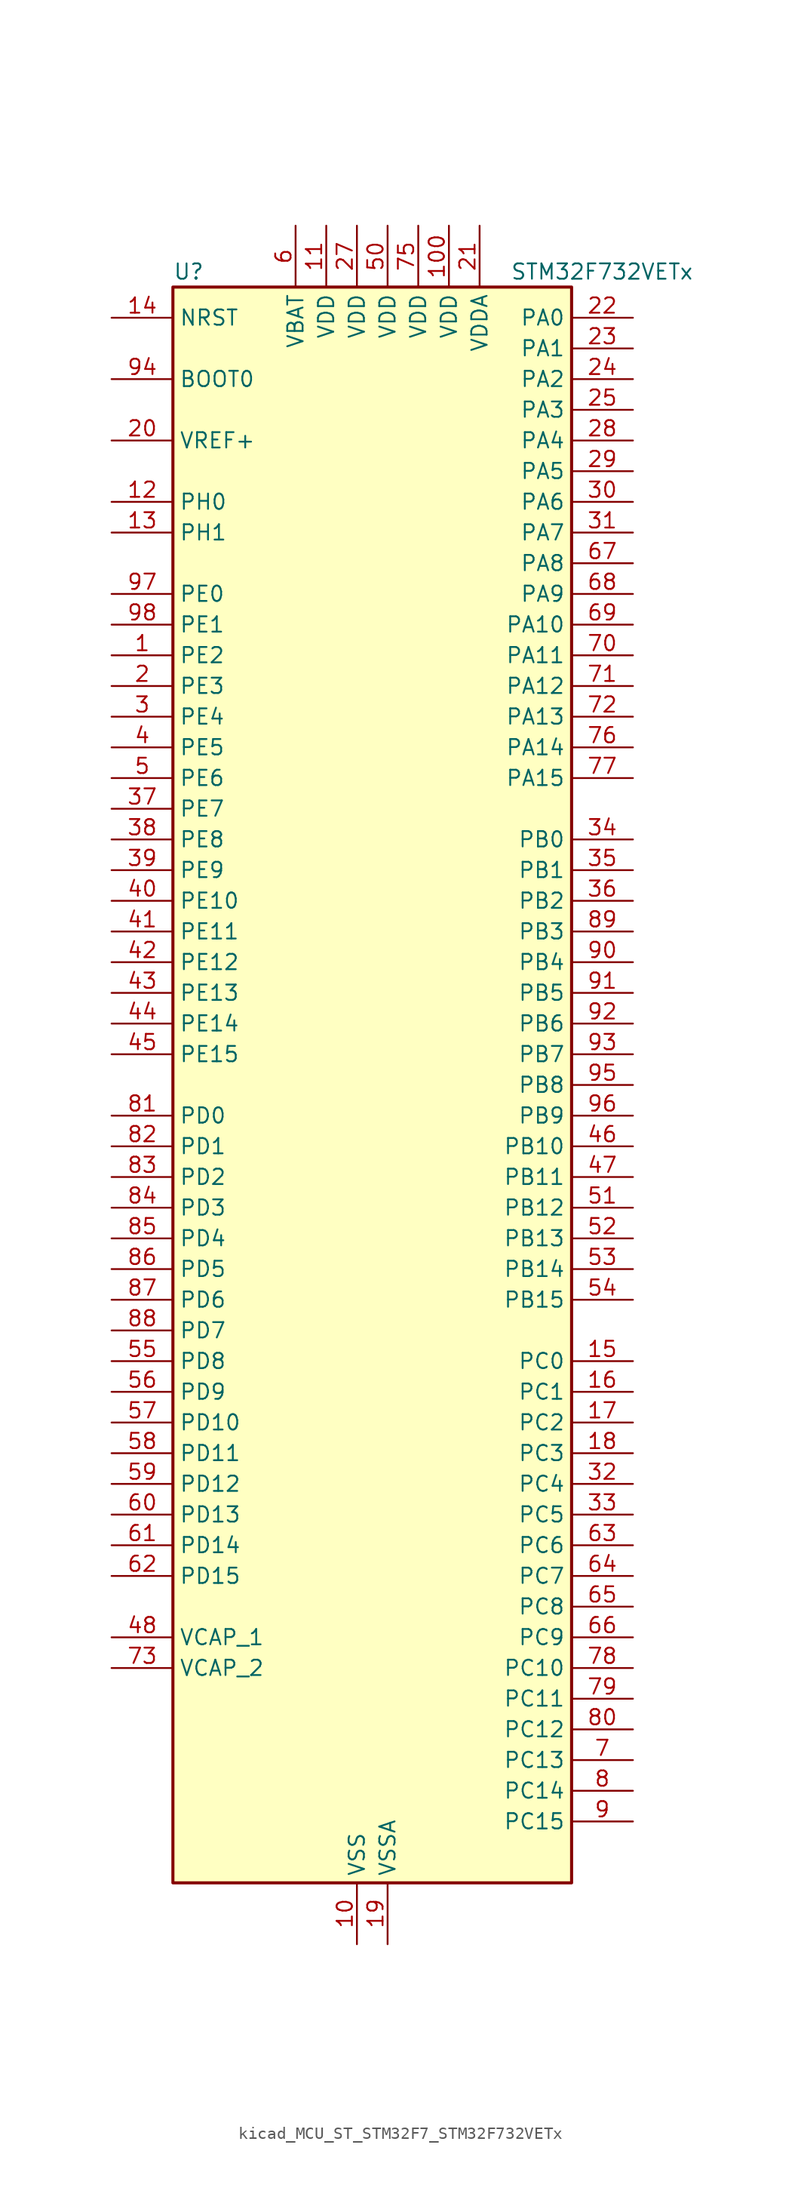
<source format=kicad_sym>
(kicad_symbol_lib
  (version 20220914)
  (generator kicad_symbol_editor)
  (symbol "kicad_MCU_ST_STM32F7_STM32F732VETx"
    (property "Reference" "U"
      (at -15.24 67.31 0)
      (effects (font (size 1.27 1.27)) (justify left)))
    (property "Value" "STM32F732VETx"
      (at 12.7 67.31 0)
      (effects (font (size 1.27 1.27)) (justify left)))
    (property "ki_locked" ""
      (at 0 0 0)
      (effects (font (size 1.27 1.27))))
    (symbol "kicad_MCU_ST_STM32F7_STM32F732VETx_0_1"
      (rectangle (start -15.24 -66.04) (end 17.78 66.04) (stroke (width 0.254) (type default)) (fill (type background))))
    (symbol "kicad_MCU_ST_STM32F7_STM32F732VETx_1_1"
      (pin bidirectional line (at -20.32 35.56 0) (length 5.08) (name "PE2" (effects (font (size 1.27 1.27)))) (number "1" (effects (font (size 1.27 1.27)))) (alternate "FMC_A23" bidirectional line) (alternate "QUADSPI_BK1_IO2" bidirectional line) (alternate "SAI1_MCLK_A" bidirectional line) (alternate "SPI4_SCK" bidirectional line) (alternate "SYS_TRACECLK" bidirectional line))
      (pin power_in line (at 0 -71.12 90) (length 5.08) (name "VSS" (effects (font (size 1.27 1.27)))) (number "10" (effects (font (size 1.27 1.27)))))
      (pin power_in line (at 7.62 71.12 270) (length 5.08) (name "VDD" (effects (font (size 1.27 1.27)))) (number "100" (effects (font (size 1.27 1.27)))))
      (pin power_in line (at -2.54 71.12 270) (length 5.08) (name "VDD" (effects (font (size 1.27 1.27)))) (number "11" (effects (font (size 1.27 1.27)))))
      (pin bidirectional line (at -20.32 48.26 0) (length 5.08) (name "PH0" (effects (font (size 1.27 1.27)))) (number "12" (effects (font (size 1.27 1.27)))) (alternate "RCC_OSC_IN" bidirectional line))
      (pin bidirectional line (at -20.32 45.72 0) (length 5.08) (name "PH1" (effects (font (size 1.27 1.27)))) (number "13" (effects (font (size 1.27 1.27)))) (alternate "RCC_OSC_OUT" bidirectional line))
      (pin input line (at -20.32 63.5 0) (length 5.08) (name "NRST" (effects (font (size 1.27 1.27)))) (number "14" (effects (font (size 1.27 1.27)))))
      (pin bidirectional line (at 22.86 -22.86 180) (length 5.08) (name "PC0" (effects (font (size 1.27 1.27)))) (number "15" (effects (font (size 1.27 1.27)))) (alternate "ADC1_IN10" bidirectional line) (alternate "ADC2_IN10" bidirectional line) (alternate "ADC3_IN10" bidirectional line) (alternate "FMC_SDNWE" bidirectional line) (alternate "SAI2_FS_B" bidirectional line) (alternate "USB_OTG_HS_ULPI_STP" bidirectional line))
      (pin bidirectional line (at 22.86 -25.4 180) (length 5.08) (name "PC1" (effects (font (size 1.27 1.27)))) (number "16" (effects (font (size 1.27 1.27)))) (alternate "ADC1_IN11" bidirectional line) (alternate "ADC2_IN11" bidirectional line) (alternate "ADC3_IN11" bidirectional line) (alternate "I2S2_SD" bidirectional line) (alternate "RTC_TAMP3" bidirectional line) (alternate "RTC_TS" bidirectional line) (alternate "SAI1_SD_A" bidirectional line) (alternate "SPI2_MOSI" bidirectional line) (alternate "SYS_TRACED0" bidirectional line) (alternate "SYS_WKUP3" bidirectional line))
      (pin bidirectional line (at 22.86 -27.94 180) (length 5.08) (name "PC2" (effects (font (size 1.27 1.27)))) (number "17" (effects (font (size 1.27 1.27)))) (alternate "ADC1_IN12" bidirectional line) (alternate "ADC2_IN12" bidirectional line) (alternate "ADC3_IN12" bidirectional line) (alternate "FMC_SDNE0" bidirectional line) (alternate "SPI2_MISO" bidirectional line) (alternate "USB_OTG_HS_ULPI_DIR" bidirectional line))
      (pin bidirectional line (at 22.86 -30.48 180) (length 5.08) (name "PC3" (effects (font (size 1.27 1.27)))) (number "18" (effects (font (size 1.27 1.27)))) (alternate "ADC1_IN13" bidirectional line) (alternate "ADC2_IN13" bidirectional line) (alternate "ADC3_IN13" bidirectional line) (alternate "FMC_SDCKE0" bidirectional line) (alternate "I2S2_SD" bidirectional line) (alternate "SPI2_MOSI" bidirectional line) (alternate "USB_OTG_HS_ULPI_NXT" bidirectional line))
      (pin power_in line (at 2.54 -71.12 90) (length 5.08) (name "VSSA" (effects (font (size 1.27 1.27)))) (number "19" (effects (font (size 1.27 1.27)))))
      (pin bidirectional line (at -20.32 33.02 0) (length 5.08) (name "PE3" (effects (font (size 1.27 1.27)))) (number "2" (effects (font (size 1.27 1.27)))) (alternate "FMC_A19" bidirectional line) (alternate "SAI1_SD_B" bidirectional line) (alternate "SYS_TRACED0" bidirectional line))
      (pin input line (at -20.32 53.34 0) (length 5.08) (name "VREF+" (effects (font (size 1.27 1.27)))) (number "20" (effects (font (size 1.27 1.27)))))
      (pin power_in line (at 10.16 71.12 270) (length 5.08) (name "VDDA" (effects (font (size 1.27 1.27)))) (number "21" (effects (font (size 1.27 1.27)))))
      (pin bidirectional line (at 22.86 63.5 180) (length 5.08) (name "PA0" (effects (font (size 1.27 1.27)))) (number "22" (effects (font (size 1.27 1.27)))) (alternate "ADC1_IN0" bidirectional line) (alternate "ADC2_IN0" bidirectional line) (alternate "ADC3_IN0" bidirectional line) (alternate "SAI2_SD_B" bidirectional line) (alternate "SYS_WKUP1" bidirectional line) (alternate "TIM2_CH1" bidirectional line) (alternate "TIM2_ETR" bidirectional line) (alternate "TIM5_CH1" bidirectional line) (alternate "TIM8_ETR" bidirectional line) (alternate "UART4_TX" bidirectional line) (alternate "USART2_CTS" bidirectional line))
      (pin bidirectional line (at 22.86 60.96 180) (length 5.08) (name "PA1" (effects (font (size 1.27 1.27)))) (number "23" (effects (font (size 1.27 1.27)))) (alternate "ADC1_IN1" bidirectional line) (alternate "ADC2_IN1" bidirectional line) (alternate "ADC3_IN1" bidirectional line) (alternate "QUADSPI_BK1_IO3" bidirectional line) (alternate "SAI2_MCLK_B" bidirectional line) (alternate "TIM2_CH2" bidirectional line) (alternate "TIM5_CH2" bidirectional line) (alternate "UART4_RX" bidirectional line) (alternate "USART2_DE" bidirectional line) (alternate "USART2_RTS" bidirectional line))
      (pin bidirectional line (at 22.86 58.42 180) (length 5.08) (name "PA2" (effects (font (size 1.27 1.27)))) (number "24" (effects (font (size 1.27 1.27)))) (alternate "ADC1_IN2" bidirectional line) (alternate "ADC2_IN2" bidirectional line) (alternate "ADC3_IN2" bidirectional line) (alternate "SAI2_SCK_B" bidirectional line) (alternate "SYS_WKUP2" bidirectional line) (alternate "TIM2_CH3" bidirectional line) (alternate "TIM5_CH3" bidirectional line) (alternate "TIM9_CH1" bidirectional line) (alternate "USART2_TX" bidirectional line))
      (pin bidirectional line (at 22.86 55.88 180) (length 5.08) (name "PA3" (effects (font (size 1.27 1.27)))) (number "25" (effects (font (size 1.27 1.27)))) (alternate "ADC1_IN3" bidirectional line) (alternate "ADC2_IN3" bidirectional line) (alternate "ADC3_IN3" bidirectional line) (alternate "TIM2_CH4" bidirectional line) (alternate "TIM5_CH4" bidirectional line) (alternate "TIM9_CH2" bidirectional line) (alternate "USART2_RX" bidirectional line) (alternate "USB_OTG_HS_ULPI_D0" bidirectional line))
      (pin passive line (at 0 -71.12 90) (length 5.08) hide (name "VSS" (effects (font (size 1.27 1.27)))) (number "26" (effects (font (size 1.27 1.27)))))
      (pin power_in line (at 0 71.12 270) (length 5.08) (name "VDD" (effects (font (size 1.27 1.27)))) (number "27" (effects (font (size 1.27 1.27)))))
      (pin bidirectional line (at 22.86 53.34 180) (length 5.08) (name "PA4" (effects (font (size 1.27 1.27)))) (number "28" (effects (font (size 1.27 1.27)))) (alternate "ADC1_IN4" bidirectional line) (alternate "ADC2_IN4" bidirectional line) (alternate "DAC_OUT1" bidirectional line) (alternate "I2S1_WS" bidirectional line) (alternate "I2S3_WS" bidirectional line) (alternate "SPI1_NSS" bidirectional line) (alternate "SPI3_NSS" bidirectional line) (alternate "USART2_CK" bidirectional line) (alternate "USB_OTG_HS_SOF" bidirectional line))
      (pin bidirectional line (at 22.86 50.8 180) (length 5.08) (name "PA5" (effects (font (size 1.27 1.27)))) (number "29" (effects (font (size 1.27 1.27)))) (alternate "ADC1_IN5" bidirectional line) (alternate "ADC2_IN5" bidirectional line) (alternate "DAC_OUT2" bidirectional line) (alternate "I2S1_CK" bidirectional line) (alternate "SPI1_SCK" bidirectional line) (alternate "TIM2_CH1" bidirectional line) (alternate "TIM2_ETR" bidirectional line) (alternate "TIM8_CH1N" bidirectional line) (alternate "USB_OTG_HS_ULPI_CK" bidirectional line))
      (pin bidirectional line (at -20.32 30.48 0) (length 5.08) (name "PE4" (effects (font (size 1.27 1.27)))) (number "3" (effects (font (size 1.27 1.27)))) (alternate "FMC_A20" bidirectional line) (alternate "SAI1_FS_A" bidirectional line) (alternate "SPI4_NSS" bidirectional line) (alternate "SYS_TRACED1" bidirectional line))
      (pin bidirectional line (at 22.86 48.26 180) (length 5.08) (name "PA6" (effects (font (size 1.27 1.27)))) (number "30" (effects (font (size 1.27 1.27)))) (alternate "ADC1_IN6" bidirectional line) (alternate "ADC2_IN6" bidirectional line) (alternate "SPI1_MISO" bidirectional line) (alternate "TIM13_CH1" bidirectional line) (alternate "TIM1_BKIN" bidirectional line) (alternate "TIM3_CH1" bidirectional line) (alternate "TIM8_BKIN" bidirectional line))
      (pin bidirectional line (at 22.86 45.72 180) (length 5.08) (name "PA7" (effects (font (size 1.27 1.27)))) (number "31" (effects (font (size 1.27 1.27)))) (alternate "ADC1_IN7" bidirectional line) (alternate "ADC2_IN7" bidirectional line) (alternate "FMC_SDNWE" bidirectional line) (alternate "I2S1_SD" bidirectional line) (alternate "SPI1_MOSI" bidirectional line) (alternate "TIM14_CH1" bidirectional line) (alternate "TIM1_CH1N" bidirectional line) (alternate "TIM3_CH2" bidirectional line) (alternate "TIM8_CH1N" bidirectional line))
      (pin bidirectional line (at 22.86 -33.02 180) (length 5.08) (name "PC4" (effects (font (size 1.27 1.27)))) (number "32" (effects (font (size 1.27 1.27)))) (alternate "ADC1_IN14" bidirectional line) (alternate "ADC2_IN14" bidirectional line) (alternate "FMC_SDNE0" bidirectional line) (alternate "I2S1_MCK" bidirectional line))
      (pin bidirectional line (at 22.86 -35.56 180) (length 5.08) (name "PC5" (effects (font (size 1.27 1.27)))) (number "33" (effects (font (size 1.27 1.27)))) (alternate "ADC1_IN15" bidirectional line) (alternate "ADC2_IN15" bidirectional line) (alternate "FMC_SDCKE0" bidirectional line))
      (pin bidirectional line (at 22.86 20.32 180) (length 5.08) (name "PB0" (effects (font (size 1.27 1.27)))) (number "34" (effects (font (size 1.27 1.27)))) (alternate "ADC1_IN8" bidirectional line) (alternate "ADC2_IN8" bidirectional line) (alternate "TIM1_CH2N" bidirectional line) (alternate "TIM3_CH3" bidirectional line) (alternate "TIM8_CH2N" bidirectional line) (alternate "UART4_CTS" bidirectional line) (alternate "USB_OTG_HS_ULPI_D1" bidirectional line))
      (pin bidirectional line (at 22.86 17.78 180) (length 5.08) (name "PB1" (effects (font (size 1.27 1.27)))) (number "35" (effects (font (size 1.27 1.27)))) (alternate "ADC1_IN9" bidirectional line) (alternate "ADC2_IN9" bidirectional line) (alternate "TIM1_CH3N" bidirectional line) (alternate "TIM3_CH4" bidirectional line) (alternate "TIM8_CH3N" bidirectional line) (alternate "USB_OTG_HS_ULPI_D2" bidirectional line))
      (pin bidirectional line (at 22.86 15.24 180) (length 5.08) (name "PB2" (effects (font (size 1.27 1.27)))) (number "36" (effects (font (size 1.27 1.27)))) (alternate "I2S3_SD" bidirectional line) (alternate "QUADSPI_CLK" bidirectional line) (alternate "SAI1_SD_A" bidirectional line) (alternate "SPI3_MOSI" bidirectional line))
      (pin bidirectional line (at -20.32 22.86 0) (length 5.08) (name "PE7" (effects (font (size 1.27 1.27)))) (number "37" (effects (font (size 1.27 1.27)))) (alternate "FMC_D4" bidirectional line) (alternate "FMC_DA4" bidirectional line) (alternate "QUADSPI_BK2_IO0" bidirectional line) (alternate "TIM1_ETR" bidirectional line) (alternate "UART7_RX" bidirectional line))
      (pin bidirectional line (at -20.32 20.32 0) (length 5.08) (name "PE8" (effects (font (size 1.27 1.27)))) (number "38" (effects (font (size 1.27 1.27)))) (alternate "FMC_D5" bidirectional line) (alternate "FMC_DA5" bidirectional line) (alternate "QUADSPI_BK2_IO1" bidirectional line) (alternate "TIM1_CH1N" bidirectional line) (alternate "UART7_TX" bidirectional line))
      (pin bidirectional line (at -20.32 17.78 0) (length 5.08) (name "PE9" (effects (font (size 1.27 1.27)))) (number "39" (effects (font (size 1.27 1.27)))) (alternate "DAC_EXTI9" bidirectional line) (alternate "FMC_D6" bidirectional line) (alternate "FMC_DA6" bidirectional line) (alternate "QUADSPI_BK2_IO2" bidirectional line) (alternate "TIM1_CH1" bidirectional line) (alternate "UART7_DE" bidirectional line) (alternate "UART7_RTS" bidirectional line))
      (pin bidirectional line (at -20.32 27.94 0) (length 5.08) (name "PE5" (effects (font (size 1.27 1.27)))) (number "4" (effects (font (size 1.27 1.27)))) (alternate "FMC_A21" bidirectional line) (alternate "SAI1_SCK_A" bidirectional line) (alternate "SPI4_MISO" bidirectional line) (alternate "SYS_TRACED2" bidirectional line) (alternate "TIM9_CH1" bidirectional line))
      (pin bidirectional line (at -20.32 15.24 0) (length 5.08) (name "PE10" (effects (font (size 1.27 1.27)))) (number "40" (effects (font (size 1.27 1.27)))) (alternate "FMC_D7" bidirectional line) (alternate "FMC_DA7" bidirectional line) (alternate "QUADSPI_BK2_IO3" bidirectional line) (alternate "TIM1_CH2N" bidirectional line) (alternate "UART7_CTS" bidirectional line))
      (pin bidirectional line (at -20.32 12.7 0) (length 5.08) (name "PE11" (effects (font (size 1.27 1.27)))) (number "41" (effects (font (size 1.27 1.27)))) (alternate "ADC1_EXTI11" bidirectional line) (alternate "ADC2_EXTI11" bidirectional line) (alternate "ADC3_EXTI11" bidirectional line) (alternate "FMC_D8" bidirectional line) (alternate "FMC_DA8" bidirectional line) (alternate "SAI2_SD_B" bidirectional line) (alternate "SPI4_NSS" bidirectional line) (alternate "TIM1_CH2" bidirectional line))
      (pin bidirectional line (at -20.32 10.16 0) (length 5.08) (name "PE12" (effects (font (size 1.27 1.27)))) (number "42" (effects (font (size 1.27 1.27)))) (alternate "FMC_D9" bidirectional line) (alternate "FMC_DA9" bidirectional line) (alternate "SAI2_SCK_B" bidirectional line) (alternate "SPI4_SCK" bidirectional line) (alternate "TIM1_CH3N" bidirectional line))
      (pin bidirectional line (at -20.32 7.62 0) (length 5.08) (name "PE13" (effects (font (size 1.27 1.27)))) (number "43" (effects (font (size 1.27 1.27)))) (alternate "FMC_D10" bidirectional line) (alternate "FMC_DA10" bidirectional line) (alternate "SAI2_FS_B" bidirectional line) (alternate "SPI4_MISO" bidirectional line) (alternate "TIM1_CH3" bidirectional line))
      (pin bidirectional line (at -20.32 5.08 0) (length 5.08) (name "PE14" (effects (font (size 1.27 1.27)))) (number "44" (effects (font (size 1.27 1.27)))) (alternate "FMC_D11" bidirectional line) (alternate "FMC_DA11" bidirectional line) (alternate "SAI2_MCLK_B" bidirectional line) (alternate "SPI4_MOSI" bidirectional line) (alternate "TIM1_CH4" bidirectional line))
      (pin bidirectional line (at -20.32 2.54 0) (length 5.08) (name "PE15" (effects (font (size 1.27 1.27)))) (number "45" (effects (font (size 1.27 1.27)))) (alternate "FMC_D12" bidirectional line) (alternate "FMC_DA12" bidirectional line) (alternate "TIM1_BKIN" bidirectional line))
      (pin bidirectional line (at 22.86 -5.08 180) (length 5.08) (name "PB10" (effects (font (size 1.27 1.27)))) (number "46" (effects (font (size 1.27 1.27)))) (alternate "I2C2_SCL" bidirectional line) (alternate "I2S2_CK" bidirectional line) (alternate "SPI2_SCK" bidirectional line) (alternate "TIM2_CH3" bidirectional line) (alternate "USART3_TX" bidirectional line) (alternate "USB_OTG_HS_ULPI_D3" bidirectional line))
      (pin bidirectional line (at 22.86 -7.62 180) (length 5.08) (name "PB11" (effects (font (size 1.27 1.27)))) (number "47" (effects (font (size 1.27 1.27)))) (alternate "ADC1_EXTI11" bidirectional line) (alternate "ADC2_EXTI11" bidirectional line) (alternate "ADC3_EXTI11" bidirectional line) (alternate "I2C2_SDA" bidirectional line) (alternate "TIM2_CH4" bidirectional line) (alternate "USART3_RX" bidirectional line) (alternate "USB_OTG_HS_ULPI_D4" bidirectional line))
      (pin power_out line (at -20.32 -45.72 0) (length 5.08) (name "VCAP_1" (effects (font (size 1.27 1.27)))) (number "48" (effects (font (size 1.27 1.27)))))
      (pin passive line (at 0 -71.12 90) (length 5.08) hide (name "VSS" (effects (font (size 1.27 1.27)))) (number "49" (effects (font (size 1.27 1.27)))))
      (pin bidirectional line (at -20.32 25.4 0) (length 5.08) (name "PE6" (effects (font (size 1.27 1.27)))) (number "5" (effects (font (size 1.27 1.27)))) (alternate "FMC_A22" bidirectional line) (alternate "SAI1_SD_A" bidirectional line) (alternate "SAI2_MCLK_B" bidirectional line) (alternate "SPI4_MOSI" bidirectional line) (alternate "SYS_TRACED3" bidirectional line) (alternate "TIM1_BKIN2" bidirectional line) (alternate "TIM9_CH2" bidirectional line))
      (pin power_in line (at 2.54 71.12 270) (length 5.08) (name "VDD" (effects (font (size 1.27 1.27)))) (number "50" (effects (font (size 1.27 1.27)))))
      (pin bidirectional line (at 22.86 -10.16 180) (length 5.08) (name "PB12" (effects (font (size 1.27 1.27)))) (number "51" (effects (font (size 1.27 1.27)))) (alternate "I2C2_SMBA" bidirectional line) (alternate "I2S2_WS" bidirectional line) (alternate "SPI2_NSS" bidirectional line) (alternate "TIM1_BKIN" bidirectional line) (alternate "USART3_CK" bidirectional line) (alternate "USB_OTG_HS_ID" bidirectional line) (alternate "USB_OTG_HS_ULPI_D5" bidirectional line))
      (pin bidirectional line (at 22.86 -12.7 180) (length 5.08) (name "PB13" (effects (font (size 1.27 1.27)))) (number "52" (effects (font (size 1.27 1.27)))) (alternate "I2S2_CK" bidirectional line) (alternate "SPI2_SCK" bidirectional line) (alternate "TIM1_CH1N" bidirectional line) (alternate "USART3_CTS" bidirectional line) (alternate "USB_OTG_HS_ULPI_D6" bidirectional line) (alternate "USB_OTG_HS_VBUS" bidirectional line))
      (pin bidirectional line (at 22.86 -15.24 180) (length 5.08) (name "PB14" (effects (font (size 1.27 1.27)))) (number "53" (effects (font (size 1.27 1.27)))) (alternate "SDMMC2_D0" bidirectional line) (alternate "SPI2_MISO" bidirectional line) (alternate "TIM12_CH1" bidirectional line) (alternate "TIM1_CH2N" bidirectional line) (alternate "TIM8_CH2N" bidirectional line) (alternate "USART3_DE" bidirectional line) (alternate "USART3_RTS" bidirectional line) (alternate "USB_OTG_HS_DM" bidirectional line))
      (pin bidirectional line (at 22.86 -17.78 180) (length 5.08) (name "PB15" (effects (font (size 1.27 1.27)))) (number "54" (effects (font (size 1.27 1.27)))) (alternate "I2S2_SD" bidirectional line) (alternate "RTC_REFIN" bidirectional line) (alternate "SDMMC2_D1" bidirectional line) (alternate "SPI2_MOSI" bidirectional line) (alternate "TIM12_CH2" bidirectional line) (alternate "TIM1_CH3N" bidirectional line) (alternate "TIM8_CH3N" bidirectional line) (alternate "USB_OTG_HS_DP" bidirectional line))
      (pin bidirectional line (at -20.32 -22.86 0) (length 5.08) (name "PD8" (effects (font (size 1.27 1.27)))) (number "55" (effects (font (size 1.27 1.27)))) (alternate "FMC_D13" bidirectional line) (alternate "FMC_DA13" bidirectional line) (alternate "USART3_TX" bidirectional line))
      (pin bidirectional line (at -20.32 -25.4 0) (length 5.08) (name "PD9" (effects (font (size 1.27 1.27)))) (number "56" (effects (font (size 1.27 1.27)))) (alternate "DAC_EXTI9" bidirectional line) (alternate "FMC_D14" bidirectional line) (alternate "FMC_DA14" bidirectional line) (alternate "USART3_RX" bidirectional line))
      (pin bidirectional line (at -20.32 -27.94 0) (length 5.08) (name "PD10" (effects (font (size 1.27 1.27)))) (number "57" (effects (font (size 1.27 1.27)))) (alternate "FMC_D15" bidirectional line) (alternate "FMC_DA15" bidirectional line) (alternate "USART3_CK" bidirectional line))
      (pin bidirectional line (at -20.32 -30.48 0) (length 5.08) (name "PD11" (effects (font (size 1.27 1.27)))) (number "58" (effects (font (size 1.27 1.27)))) (alternate "ADC1_EXTI11" bidirectional line) (alternate "ADC2_EXTI11" bidirectional line) (alternate "ADC3_EXTI11" bidirectional line) (alternate "FMC_A16" bidirectional line) (alternate "FMC_CLE" bidirectional line) (alternate "QUADSPI_BK1_IO0" bidirectional line) (alternate "SAI2_SD_A" bidirectional line) (alternate "USART3_CTS" bidirectional line))
      (pin bidirectional line (at -20.32 -33.02 0) (length 5.08) (name "PD12" (effects (font (size 1.27 1.27)))) (number "59" (effects (font (size 1.27 1.27)))) (alternate "FMC_A17" bidirectional line) (alternate "FMC_ALE" bidirectional line) (alternate "LPTIM1_IN1" bidirectional line) (alternate "QUADSPI_BK1_IO1" bidirectional line) (alternate "SAI2_FS_A" bidirectional line) (alternate "TIM4_CH1" bidirectional line) (alternate "USART3_DE" bidirectional line) (alternate "USART3_RTS" bidirectional line))
      (pin power_in line (at -5.08 71.12 270) (length 5.08) (name "VBAT" (effects (font (size 1.27 1.27)))) (number "6" (effects (font (size 1.27 1.27)))))
      (pin bidirectional line (at -20.32 -35.56 0) (length 5.08) (name "PD13" (effects (font (size 1.27 1.27)))) (number "60" (effects (font (size 1.27 1.27)))) (alternate "FMC_A18" bidirectional line) (alternate "LPTIM1_OUT" bidirectional line) (alternate "QUADSPI_BK1_IO3" bidirectional line) (alternate "SAI2_SCK_A" bidirectional line) (alternate "TIM4_CH2" bidirectional line))
      (pin bidirectional line (at -20.32 -38.1 0) (length 5.08) (name "PD14" (effects (font (size 1.27 1.27)))) (number "61" (effects (font (size 1.27 1.27)))) (alternate "FMC_D0" bidirectional line) (alternate "FMC_DA0" bidirectional line) (alternate "TIM4_CH3" bidirectional line) (alternate "UART8_CTS" bidirectional line))
      (pin bidirectional line (at -20.32 -40.64 0) (length 5.08) (name "PD15" (effects (font (size 1.27 1.27)))) (number "62" (effects (font (size 1.27 1.27)))) (alternate "FMC_D1" bidirectional line) (alternate "FMC_DA1" bidirectional line) (alternate "TIM4_CH4" bidirectional line) (alternate "UART8_DE" bidirectional line) (alternate "UART8_RTS" bidirectional line))
      (pin bidirectional line (at 22.86 -38.1 180) (length 5.08) (name "PC6" (effects (font (size 1.27 1.27)))) (number "63" (effects (font (size 1.27 1.27)))) (alternate "I2S2_MCK" bidirectional line) (alternate "SDMMC1_D6" bidirectional line) (alternate "SDMMC2_D6" bidirectional line) (alternate "TIM3_CH1" bidirectional line) (alternate "TIM8_CH1" bidirectional line) (alternate "USART6_TX" bidirectional line))
      (pin bidirectional line (at 22.86 -40.64 180) (length 5.08) (name "PC7" (effects (font (size 1.27 1.27)))) (number "64" (effects (font (size 1.27 1.27)))) (alternate "I2S3_MCK" bidirectional line) (alternate "SDMMC1_D7" bidirectional line) (alternate "SDMMC2_D7" bidirectional line) (alternate "TIM3_CH2" bidirectional line) (alternate "TIM8_CH2" bidirectional line) (alternate "USART6_RX" bidirectional line))
      (pin bidirectional line (at 22.86 -43.18 180) (length 5.08) (name "PC8" (effects (font (size 1.27 1.27)))) (number "65" (effects (font (size 1.27 1.27)))) (alternate "SDMMC1_D0" bidirectional line) (alternate "SYS_TRACED1" bidirectional line) (alternate "TIM3_CH3" bidirectional line) (alternate "TIM8_CH3" bidirectional line) (alternate "UART5_DE" bidirectional line) (alternate "UART5_RTS" bidirectional line) (alternate "USART6_CK" bidirectional line))
      (pin bidirectional line (at 22.86 -45.72 180) (length 5.08) (name "PC9" (effects (font (size 1.27 1.27)))) (number "66" (effects (font (size 1.27 1.27)))) (alternate "DAC_EXTI9" bidirectional line) (alternate "I2C3_SDA" bidirectional line) (alternate "I2S_CKIN" bidirectional line) (alternate "QUADSPI_BK1_IO0" bidirectional line) (alternate "RCC_MCO_2" bidirectional line) (alternate "SDMMC1_D1" bidirectional line) (alternate "TIM3_CH4" bidirectional line) (alternate "TIM8_CH4" bidirectional line) (alternate "UART5_CTS" bidirectional line))
      (pin bidirectional line (at 22.86 43.18 180) (length 5.08) (name "PA8" (effects (font (size 1.27 1.27)))) (number "67" (effects (font (size 1.27 1.27)))) (alternate "I2C3_SCL" bidirectional line) (alternate "RCC_MCO_1" bidirectional line) (alternate "TIM1_CH1" bidirectional line) (alternate "TIM8_BKIN2" bidirectional line) (alternate "USART1_CK" bidirectional line) (alternate "USB_OTG_FS_SOF" bidirectional line))
      (pin bidirectional line (at 22.86 40.64 180) (length 5.08) (name "PA9" (effects (font (size 1.27 1.27)))) (number "68" (effects (font (size 1.27 1.27)))) (alternate "DAC_EXTI9" bidirectional line) (alternate "I2C3_SMBA" bidirectional line) (alternate "I2S2_CK" bidirectional line) (alternate "SPI2_SCK" bidirectional line) (alternate "TIM1_CH2" bidirectional line) (alternate "USART1_TX" bidirectional line) (alternate "USB_OTG_FS_VBUS" bidirectional line))
      (pin bidirectional line (at 22.86 38.1 180) (length 5.08) (name "PA10" (effects (font (size 1.27 1.27)))) (number "69" (effects (font (size 1.27 1.27)))) (alternate "TIM1_CH3" bidirectional line) (alternate "USART1_RX" bidirectional line) (alternate "USB_OTG_FS_ID" bidirectional line))
      (pin bidirectional line (at 22.86 -55.88 180) (length 5.08) (name "PC13" (effects (font (size 1.27 1.27)))) (number "7" (effects (font (size 1.27 1.27)))) (alternate "RTC_OUT" bidirectional line) (alternate "RTC_TAMP1" bidirectional line) (alternate "RTC_TS" bidirectional line) (alternate "SYS_WKUP4" bidirectional line))
      (pin bidirectional line (at 22.86 35.56 180) (length 5.08) (name "PA11" (effects (font (size 1.27 1.27)))) (number "70" (effects (font (size 1.27 1.27)))) (alternate "ADC1_EXTI11" bidirectional line) (alternate "ADC2_EXTI11" bidirectional line) (alternate "ADC3_EXTI11" bidirectional line) (alternate "CAN1_RX" bidirectional line) (alternate "TIM1_CH4" bidirectional line) (alternate "USART1_CTS" bidirectional line) (alternate "USB_OTG_FS_DM" bidirectional line))
      (pin bidirectional line (at 22.86 33.02 180) (length 5.08) (name "PA12" (effects (font (size 1.27 1.27)))) (number "71" (effects (font (size 1.27 1.27)))) (alternate "CAN1_TX" bidirectional line) (alternate "SAI2_FS_B" bidirectional line) (alternate "TIM1_ETR" bidirectional line) (alternate "USART1_DE" bidirectional line) (alternate "USART1_RTS" bidirectional line) (alternate "USB_OTG_FS_DP" bidirectional line))
      (pin bidirectional line (at 22.86 30.48 180) (length 5.08) (name "PA13" (effects (font (size 1.27 1.27)))) (number "72" (effects (font (size 1.27 1.27)))) (alternate "SYS_JTMS-SWDIO" bidirectional line))
      (pin power_out line (at -20.32 -48.26 0) (length 5.08) (name "VCAP_2" (effects (font (size 1.27 1.27)))) (number "73" (effects (font (size 1.27 1.27)))))
      (pin passive line (at 0 -71.12 90) (length 5.08) hide (name "VSS" (effects (font (size 1.27 1.27)))) (number "74" (effects (font (size 1.27 1.27)))))
      (pin power_in line (at 5.08 71.12 270) (length 5.08) (name "VDD" (effects (font (size 1.27 1.27)))) (number "75" (effects (font (size 1.27 1.27)))))
      (pin bidirectional line (at 22.86 27.94 180) (length 5.08) (name "PA14" (effects (font (size 1.27 1.27)))) (number "76" (effects (font (size 1.27 1.27)))) (alternate "SYS_JTCK-SWCLK" bidirectional line))
      (pin bidirectional line (at 22.86 25.4 180) (length 5.08) (name "PA15" (effects (font (size 1.27 1.27)))) (number "77" (effects (font (size 1.27 1.27)))) (alternate "I2S1_WS" bidirectional line) (alternate "I2S3_WS" bidirectional line) (alternate "SPI1_NSS" bidirectional line) (alternate "SPI3_NSS" bidirectional line) (alternate "SYS_JTDI" bidirectional line) (alternate "TIM2_CH1" bidirectional line) (alternate "TIM2_ETR" bidirectional line) (alternate "UART4_DE" bidirectional line) (alternate "UART4_RTS" bidirectional line))
      (pin bidirectional line (at 22.86 -48.26 180) (length 5.08) (name "PC10" (effects (font (size 1.27 1.27)))) (number "78" (effects (font (size 1.27 1.27)))) (alternate "I2S3_CK" bidirectional line) (alternate "QUADSPI_BK1_IO1" bidirectional line) (alternate "SDMMC1_D2" bidirectional line) (alternate "SPI3_SCK" bidirectional line) (alternate "UART4_TX" bidirectional line) (alternate "USART3_TX" bidirectional line))
      (pin bidirectional line (at 22.86 -50.8 180) (length 5.08) (name "PC11" (effects (font (size 1.27 1.27)))) (number "79" (effects (font (size 1.27 1.27)))) (alternate "ADC1_EXTI11" bidirectional line) (alternate "ADC2_EXTI11" bidirectional line) (alternate "ADC3_EXTI11" bidirectional line) (alternate "QUADSPI_BK2_NCS" bidirectional line) (alternate "SDMMC1_D3" bidirectional line) (alternate "SPI3_MISO" bidirectional line) (alternate "UART4_RX" bidirectional line) (alternate "USART3_RX" bidirectional line))
      (pin bidirectional line (at 22.86 -58.42 180) (length 5.08) (name "PC14" (effects (font (size 1.27 1.27)))) (number "8" (effects (font (size 1.27 1.27)))) (alternate "RCC_OSC32_IN" bidirectional line))
      (pin bidirectional line (at 22.86 -53.34 180) (length 5.08) (name "PC12" (effects (font (size 1.27 1.27)))) (number "80" (effects (font (size 1.27 1.27)))) (alternate "I2S3_SD" bidirectional line) (alternate "SDMMC1_CK" bidirectional line) (alternate "SPI3_MOSI" bidirectional line) (alternate "SYS_TRACED3" bidirectional line) (alternate "UART5_TX" bidirectional line) (alternate "USART3_CK" bidirectional line))
      (pin bidirectional line (at -20.32 -2.54 0) (length 5.08) (name "PD0" (effects (font (size 1.27 1.27)))) (number "81" (effects (font (size 1.27 1.27)))) (alternate "CAN1_RX" bidirectional line) (alternate "FMC_D2" bidirectional line) (alternate "FMC_DA2" bidirectional line))
      (pin bidirectional line (at -20.32 -5.08 0) (length 5.08) (name "PD1" (effects (font (size 1.27 1.27)))) (number "82" (effects (font (size 1.27 1.27)))) (alternate "CAN1_TX" bidirectional line) (alternate "FMC_D3" bidirectional line) (alternate "FMC_DA3" bidirectional line))
      (pin bidirectional line (at -20.32 -7.62 0) (length 5.08) (name "PD2" (effects (font (size 1.27 1.27)))) (number "83" (effects (font (size 1.27 1.27)))) (alternate "SDMMC1_CMD" bidirectional line) (alternate "SYS_TRACED2" bidirectional line) (alternate "TIM3_ETR" bidirectional line) (alternate "UART5_RX" bidirectional line))
      (pin bidirectional line (at -20.32 -10.16 0) (length 5.08) (name "PD3" (effects (font (size 1.27 1.27)))) (number "84" (effects (font (size 1.27 1.27)))) (alternate "FMC_CLK" bidirectional line) (alternate "I2S2_CK" bidirectional line) (alternate "SPI2_SCK" bidirectional line) (alternate "USART2_CTS" bidirectional line))
      (pin bidirectional line (at -20.32 -12.7 0) (length 5.08) (name "PD4" (effects (font (size 1.27 1.27)))) (number "85" (effects (font (size 1.27 1.27)))) (alternate "FMC_NOE" bidirectional line) (alternate "USART2_DE" bidirectional line) (alternate "USART2_RTS" bidirectional line))
      (pin bidirectional line (at -20.32 -15.24 0) (length 5.08) (name "PD5" (effects (font (size 1.27 1.27)))) (number "86" (effects (font (size 1.27 1.27)))) (alternate "FMC_NWE" bidirectional line) (alternate "USART2_TX" bidirectional line))
      (pin bidirectional line (at -20.32 -17.78 0) (length 5.08) (name "PD6" (effects (font (size 1.27 1.27)))) (number "87" (effects (font (size 1.27 1.27)))) (alternate "FMC_NWAIT" bidirectional line) (alternate "I2S3_SD" bidirectional line) (alternate "SAI1_SD_A" bidirectional line) (alternate "SDMMC2_CK" bidirectional line) (alternate "SPI3_MOSI" bidirectional line) (alternate "USART2_RX" bidirectional line))
      (pin bidirectional line (at -20.32 -20.32 0) (length 5.08) (name "PD7" (effects (font (size 1.27 1.27)))) (number "88" (effects (font (size 1.27 1.27)))) (alternate "FMC_NE1" bidirectional line) (alternate "SDMMC2_CMD" bidirectional line) (alternate "USART2_CK" bidirectional line))
      (pin bidirectional line (at 22.86 12.7 180) (length 5.08) (name "PB3" (effects (font (size 1.27 1.27)))) (number "89" (effects (font (size 1.27 1.27)))) (alternate "I2S1_CK" bidirectional line) (alternate "I2S3_CK" bidirectional line) (alternate "SDMMC2_D2" bidirectional line) (alternate "SPI1_SCK" bidirectional line) (alternate "SPI3_SCK" bidirectional line) (alternate "SYS_JTDO-SWO" bidirectional line) (alternate "TIM2_CH2" bidirectional line))
      (pin bidirectional line (at 22.86 -60.96 180) (length 5.08) (name "PC15" (effects (font (size 1.27 1.27)))) (number "9" (effects (font (size 1.27 1.27)))) (alternate "RCC_OSC32_OUT" bidirectional line))
      (pin bidirectional line (at 22.86 10.16 180) (length 5.08) (name "PB4" (effects (font (size 1.27 1.27)))) (number "90" (effects (font (size 1.27 1.27)))) (alternate "I2S2_WS" bidirectional line) (alternate "SDMMC2_D3" bidirectional line) (alternate "SPI1_MISO" bidirectional line) (alternate "SPI2_NSS" bidirectional line) (alternate "SPI3_MISO" bidirectional line) (alternate "SYS_JTRST" bidirectional line) (alternate "TIM3_CH1" bidirectional line))
      (pin bidirectional line (at 22.86 7.62 180) (length 5.08) (name "PB5" (effects (font (size 1.27 1.27)))) (number "91" (effects (font (size 1.27 1.27)))) (alternate "FMC_SDCKE1" bidirectional line) (alternate "I2C1_SMBA" bidirectional line) (alternate "I2S1_SD" bidirectional line) (alternate "I2S3_SD" bidirectional line) (alternate "SPI1_MOSI" bidirectional line) (alternate "SPI3_MOSI" bidirectional line) (alternate "TIM3_CH2" bidirectional line) (alternate "USB_OTG_HS_ULPI_D7" bidirectional line))
      (pin bidirectional line (at 22.86 5.08 180) (length 5.08) (name "PB6" (effects (font (size 1.27 1.27)))) (number "92" (effects (font (size 1.27 1.27)))) (alternate "FMC_SDNE1" bidirectional line) (alternate "I2C1_SCL" bidirectional line) (alternate "QUADSPI_BK1_NCS" bidirectional line) (alternate "TIM4_CH1" bidirectional line) (alternate "USART1_TX" bidirectional line))
      (pin bidirectional line (at 22.86 2.54 180) (length 5.08) (name "PB7" (effects (font (size 1.27 1.27)))) (number "93" (effects (font (size 1.27 1.27)))) (alternate "FMC_NL" bidirectional line) (alternate "I2C1_SDA" bidirectional line) (alternate "TIM4_CH2" bidirectional line) (alternate "USART1_RX" bidirectional line))
      (pin input line (at -20.32 58.42 0) (length 5.08) (name "BOOT0" (effects (font (size 1.27 1.27)))) (number "94" (effects (font (size 1.27 1.27)))))
      (pin bidirectional line (at 22.86 0 180) (length 5.08) (name "PB8" (effects (font (size 1.27 1.27)))) (number "95" (effects (font (size 1.27 1.27)))) (alternate "CAN1_RX" bidirectional line) (alternate "I2C1_SCL" bidirectional line) (alternate "SDMMC1_D4" bidirectional line) (alternate "SDMMC2_D4" bidirectional line) (alternate "TIM10_CH1" bidirectional line) (alternate "TIM4_CH3" bidirectional line))
      (pin bidirectional line (at 22.86 -2.54 180) (length 5.08) (name "PB9" (effects (font (size 1.27 1.27)))) (number "96" (effects (font (size 1.27 1.27)))) (alternate "CAN1_TX" bidirectional line) (alternate "DAC_EXTI9" bidirectional line) (alternate "I2C1_SDA" bidirectional line) (alternate "I2S2_WS" bidirectional line) (alternate "SDMMC1_D5" bidirectional line) (alternate "SDMMC2_D5" bidirectional line) (alternate "SPI2_NSS" bidirectional line) (alternate "TIM11_CH1" bidirectional line) (alternate "TIM4_CH4" bidirectional line))
      (pin bidirectional line (at -20.32 40.64 0) (length 5.08) (name "PE0" (effects (font (size 1.27 1.27)))) (number "97" (effects (font (size 1.27 1.27)))) (alternate "FMC_NBL0" bidirectional line) (alternate "LPTIM1_ETR" bidirectional line) (alternate "SAI2_MCLK_A" bidirectional line) (alternate "TIM4_ETR" bidirectional line) (alternate "UART8_RX" bidirectional line))
      (pin bidirectional line (at -20.32 38.1 0) (length 5.08) (name "PE1" (effects (font (size 1.27 1.27)))) (number "98" (effects (font (size 1.27 1.27)))) (alternate "FMC_NBL1" bidirectional line) (alternate "LPTIM1_IN2" bidirectional line) (alternate "UART8_TX" bidirectional line))
      (pin passive line (at 0 -71.12 90) (length 5.08) hide (name "VSS" (effects (font (size 1.27 1.27)))) (number "99" (effects (font (size 1.27 1.27))))))))
</source>
